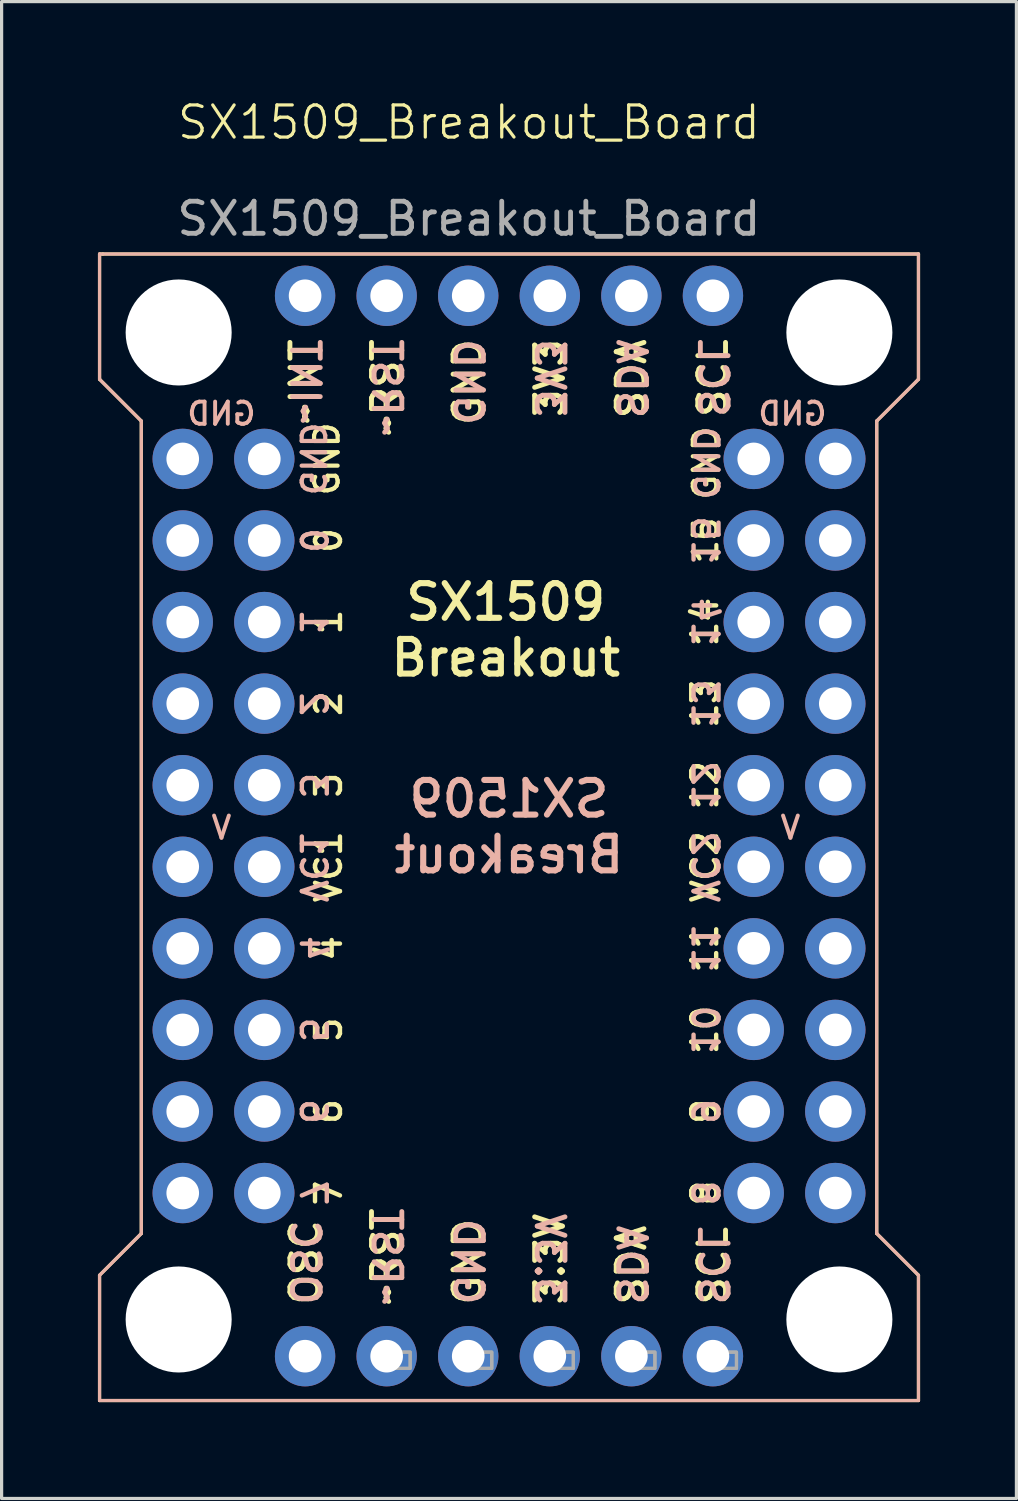
<source format=kicad_pcb>
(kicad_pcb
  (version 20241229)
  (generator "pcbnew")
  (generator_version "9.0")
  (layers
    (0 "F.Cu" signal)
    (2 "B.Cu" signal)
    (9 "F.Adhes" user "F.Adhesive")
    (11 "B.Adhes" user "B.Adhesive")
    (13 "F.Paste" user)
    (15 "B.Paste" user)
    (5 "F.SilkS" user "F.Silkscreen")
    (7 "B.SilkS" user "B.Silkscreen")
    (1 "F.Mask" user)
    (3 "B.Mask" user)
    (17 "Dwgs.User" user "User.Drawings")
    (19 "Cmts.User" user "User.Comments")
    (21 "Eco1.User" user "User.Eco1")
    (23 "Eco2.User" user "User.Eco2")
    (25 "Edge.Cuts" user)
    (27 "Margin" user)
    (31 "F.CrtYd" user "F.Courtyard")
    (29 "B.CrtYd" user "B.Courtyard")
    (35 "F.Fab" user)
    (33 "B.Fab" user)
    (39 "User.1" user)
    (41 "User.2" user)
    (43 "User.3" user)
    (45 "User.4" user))
  (footprint "SX1509_Breakout_Board"
    (layer "F.Cu")
    (at 11.55 1.26)
    (property "Reference" "SX1509_Breakout_Board" (at 0 -0.5 0) (unlocked yes) (layer "F.SilkS") (effects (font (size 1 1) (thickness 0.1))))
    (attr through_hole)
    (fp_line (start -11.5 3.6) (end -11.4 3.6) (stroke (width 0.1) (type default)) (layer "F.SilkS"))
    (fp_line (start -11.5 7.5) (end -11.5 3.6) (stroke (width 0.1) (type default)) (layer "F.SilkS"))
    (fp_line (start -11.5 35.4) (end -10.2 34.1) (stroke (width 0.1) (type default)) (layer "F.SilkS"))
    (fp_line (start -11.5 39.3) (end -11.5 35.4) (stroke (width 0.1) (type default)) (layer "F.SilkS"))
    (fp_line (start -11.4 3.6) (end 14 3.6) (stroke (width 0.1) (type default)) (layer "F.SilkS"))
    (fp_line (start -10.2 8.8) (end -11.5 7.5) (stroke (width 0.1) (type default)) (layer "F.SilkS"))
    (fp_line (start -10.2 34.1) (end -10.2 8.8) (stroke (width 0.1) (type default)) (layer "F.SilkS"))
    (fp_line (start 12.7 8.8) (end 12.7 34.1) (stroke (width 0.1) (type default)) (layer "F.SilkS"))
    (fp_line (start 12.7 34.1) (end 14 35.4) (stroke (width 0.1) (type default)) (layer "F.SilkS"))
    (fp_line (start 14 3.6) (end 14 7.5) (stroke (width 0.1) (type default)) (layer "F.SilkS"))
    (fp_line (start 14 7.5) (end 12.7 8.8) (stroke (width 0.1) (type default)) (layer "F.SilkS"))
    (fp_line (start 14 35.4) (end 14 39.3) (stroke (width 0.1) (type default)) (layer "F.SilkS"))
    (fp_line (start 14 39.3) (end -11.5 39.3) (stroke (width 0.1) (type default)) (layer "F.SilkS"))
    (fp_line (start -11.5 3.6) (end 14 3.6) (stroke (width 0.1) (type default)) (layer "B.SilkS"))
    (fp_line (start -11.5 7.5) (end -11.5 3.6) (stroke (width 0.1) (type default)) (layer "B.SilkS"))
    (fp_line (start -11.5 35.4) (end -10.2 34.1) (stroke (width 0.1) (type default)) (layer "B.SilkS"))
    (fp_line (start -11.5 39.3) (end -11.5 35.4) (stroke (width 0.1) (type default)) (layer "B.SilkS"))
    (fp_line (start -10.2 8.8) (end -11.5 7.5) (stroke (width 0.1) (type default)) (layer "B.SilkS"))
    (fp_line (start -10.2 34.1) (end -10.2 8.8) (stroke (width 0.1) (type default)) (layer "B.SilkS"))
    (fp_line (start 12.7 8.8) (end 12.7 34.1) (stroke (width 0.1) (type default)) (layer "B.SilkS"))
    (fp_line (start 12.7 34.1) (end 14 35.4) (stroke (width 0.1) (type default)) (layer "B.SilkS"))
    (fp_line (start 14 3.6) (end 14 7.5) (stroke (width 0.1) (type default)) (layer "B.SilkS"))
    (fp_line (start 14 7.5) (end 12.7 8.8) (stroke (width 0.1) (type default)) (layer "B.SilkS"))
    (fp_line (start 14 35.4) (end 14 39.3) (stroke (width 0.1) (type default)) (layer "B.SilkS"))
    (fp_line (start 14 39.3) (end -11.5 39.3) (stroke (width 0.1) (type default)) (layer "B.SilkS"))
    (fp_poly (pts (xy -2.335 38.301) (xy -1.827 38.301) (xy -1.827 37.793) (xy -2.335 37.793)) (stroke (width 0.1) (type default)) (fill no) (layer "F.Fab"))
    (fp_poly (pts (xy -2.335 38.301) (xy -1.827 38.301) (xy -1.827 37.793) (xy -2.335 37.793)) (stroke (width 0.1) (type default)) (fill no) (layer "F.Fab"))
    (fp_poly (pts (xy 0.205 38.301) (xy 0.713 38.301) (xy 0.713 37.793) (xy 0.205 37.793)) (stroke (width 0.1) (type default)) (fill no) (layer "F.Fab"))
    (fp_poly (pts (xy 0.205 38.301) (xy 0.713 38.301) (xy 0.713 37.793) (xy 0.205 37.793)) (stroke (width 0.1) (type default)) (fill no) (layer "F.Fab"))
    (fp_poly (pts (xy 2.745 38.301) (xy 3.253 38.301) (xy 3.253 37.793) (xy 2.745 37.793)) (stroke (width 0.1) (type default)) (fill no) (layer "F.Fab"))
    (fp_poly (pts (xy 2.745 38.301) (xy 3.253 38.301) (xy 3.253 37.793) (xy 2.745 37.793)) (stroke (width 0.1) (type default)) (fill no) (layer "F.Fab"))
    (fp_poly (pts (xy 5.285 38.301) (xy 5.793 38.301) (xy 5.793 37.793) (xy 5.285 37.793)) (stroke (width 0.1) (type default)) (fill no) (layer "F.Fab"))
    (fp_poly (pts (xy 5.285 38.301) (xy 5.793 38.301) (xy 5.793 37.793) (xy 5.285 37.793)) (stroke (width 0.1) (type default)) (fill no) (layer "F.Fab"))
    (fp_poly (pts (xy 7.825 38.301) (xy 8.333 38.301) (xy 8.333 37.793) (xy 7.825 37.793)) (stroke (width 0.1) (type default)) (fill no) (layer "F.Fab"))
    (fp_poly (pts (xy 7.825 38.301) (xy 8.333 38.301) (xy 8.333 37.793) (xy 7.825 37.793)) (stroke (width 0.1) (type default)) (fill no) (layer "F.Fab"))
    (fp_text user "~RST" (at -2.56 6.17 90) (unlocked yes) (layer "F.SilkS") (effects (font (size 0.864 0.864) (thickness 0.152)) (justify right)))
    (fp_text user "0" (at -3.912 12.52 90) (unlocked yes) (layer "F.SilkS") (effects (font (size 0.777 0.777) (thickness 0.137)) (justify bottom)))
    (fp_text user "OSC" (at -5.1 36.396 90) (unlocked yes) (layer "F.SilkS") (effects (font (size 0.864 0.864) (thickness 0.152)) (justify left)))
    (fp_text user "14" (at 7.803 15.06 90) (unlocked yes) (layer "F.SilkS") (effects (font (size 0.777 0.777) (thickness 0.137)) (justify bottom)))
    (fp_text user "8" (at 7.803 32.84 90) (unlocked yes) (layer "F.SilkS") (effects (font (size 0.777 0.777) (thickness 0.137)) (justify bottom)))
    (fp_text user "SCL" (at 7.6 6.17 90) (unlocked yes) (layer "F.SilkS") (effects (font (size 0.864 0.864) (thickness 0.152)) (justify right)))
    (fp_text user "7" (at -3.912 32.84 90) (unlocked yes) (layer "F.SilkS") (effects (font (size 0.777 0.777) (thickness 0.137)) (justify bottom)))
    (fp_text user "3" (at -3.912 20.14 90) (unlocked yes) (layer "F.SilkS") (effects (font (size 0.777 0.777) (thickness 0.137)) (justify bottom)))
    (fp_text user "1" (at -3.912 15.06 90) (unlocked yes) (layer "F.SilkS") (effects (font (size 0.777 0.777) (thickness 0.137)) (justify bottom)))
    (fp_text user "2" (at -3.912 17.6 90) (unlocked yes) (layer "F.SilkS") (effects (font (size 0.777 0.777) (thickness 0.137)) (justify bottom)))
    (fp_text user "9" (at 7.803 30.3 90) (unlocked yes) (layer "F.SilkS") (effects (font (size 0.777 0.777) (thickness 0.137)) (justify bottom)))
    (fp_text user "SDA" (at 5.06 36.396 90) (unlocked yes) (layer "F.SilkS") (effects (font (size 0.864 0.864) (thickness 0.152)) (justify left)))
    (fp_text user "6" (at -3.912 30.3 90) (unlocked yes) (layer "F.SilkS") (effects (font (size 0.777 0.777) (thickness 0.137)) (justify bottom)))
    (fp_text user "SX1509\nBreakout" (at 1.149 16.806 0) (unlocked yes) (layer "F.SilkS") (effects (font (size 1.079 1.079) (thickness 0.191)) (justify bottom)))
    (fp_text user "13" (at 7.803 17.6 90) (unlocked yes) (layer "F.SilkS") (effects (font (size 0.777 0.777) (thickness 0.137)) (justify bottom)))
    (fp_text user "3V3" (at 2.52 6.17 90) (unlocked yes) (layer "F.SilkS") (effects (font (size 0.864 0.864) (thickness 0.152)) (justify right)))
    (fp_text user "~INT" (at -5.1 6.17 90) (unlocked yes) (layer "F.SilkS") (effects (font (size 0.864 0.864) (thickness 0.152)) (justify right)))
    (fp_text user "12" (at 7.803 20.14 90) (unlocked yes) (layer "F.SilkS") (effects (font (size 0.777 0.777) (thickness 0.137)) (justify bottom)))
    (fp_text user "15" (at 7.803 12.52 90) (unlocked yes) (layer "F.SilkS") (effects (font (size 0.734 0.734) (thickness 0.13)) (justify bottom)))
    (fp_text user "GND" (at -3.99 9.98 90) (unlocked yes) (layer "F.SilkS") (effects (font (size 0.734 0.734) (thickness 0.13)) (justify bottom)))
    (fp_text user "3.3V" (at 2.52 36.396 90) (unlocked yes) (layer "F.SilkS") (effects (font (size 0.864 0.864) (thickness 0.152)) (justify left)))
    (fp_text user "SDA" (at 5.06 6.17 90) (unlocked yes) (layer "F.SilkS") (effects (font (size 0.864 0.864) (thickness 0.152)) (justify right)))
    (fp_text user "GND" (at -0.02 36.396 90) (unlocked yes) (layer "F.SilkS") (effects (font (size 0.864 0.864) (thickness 0.152)) (justify left)))
    (fp_text user "11" (at 7.803 25.22 90) (unlocked yes) (layer "F.SilkS") (effects (font (size 0.777 0.777) (thickness 0.137)) (justify bottom)))
    (fp_text user "VC2" (at 7.803 22.68 90) (unlocked yes) (layer "F.SilkS") (effects (font (size 0.777 0.777) (thickness 0.137)) (justify bottom)))
    (fp_text user "~RST" (at -2.56 36.396 90) (unlocked yes) (layer "F.SilkS") (effects (font (size 0.864 0.864) (thickness 0.152)) (justify left)))
    (fp_text user "GND" (at -0.02 6.17 90) (unlocked yes) (layer "F.SilkS") (effects (font (size 0.864 0.864) (thickness 0.152)) (justify right)))
    (fp_text user "SCL" (at 7.6 36.396 90) (unlocked yes) (layer "F.SilkS") (effects (font (size 0.864 0.864) (thickness 0.152)) (justify left)))
    (fp_text user "5" (at -3.912 27.76 90) (unlocked yes) (layer "F.SilkS") (effects (font (size 0.777 0.777) (thickness 0.137)) (justify bottom)))
    (fp_text user "4" (at -3.912 25.22 90) (unlocked yes) (layer "F.SilkS") (effects (font (size 0.777 0.777) (thickness 0.137)) (justify bottom)))
    (fp_text user "GND" (at 7.803 10.107 90) (unlocked yes) (layer "F.SilkS") (effects (font (size 0.734 0.734) (thickness 0.13)) (justify bottom)))
    (fp_text user "10" (at 7.803 27.76 90) (unlocked yes) (layer "F.SilkS") (effects (font (size 0.777 0.777) (thickness 0.137)) (justify bottom)))
    (fp_text user "VC1" (at -3.912 22.68 90) (unlocked yes) (layer "F.SilkS") (effects (font (size 0.777 0.777) (thickness 0.137)) (justify bottom)))
    (fp_text user "GND" (at -0.02 6.17 270) (unlocked yes) (layer "B.SilkS") (effects (font (size 0.864 0.864) (thickness 0.152)) (justify right mirror)))
    (fp_text user "8" (at 7.803 32.84 270) (unlocked yes) (layer "B.SilkS") (effects (font (size 0.777 0.777) (thickness 0.137)) (justify top mirror)))
    (fp_text user "15" (at 7.803 12.52 270) (unlocked yes) (layer "B.SilkS") (effects (font (size 0.777 0.777) (thickness 0.137)) (justify top mirror)))
    (fp_text user "OSC" (at -5.1 36.396 270) (unlocked yes) (layer "B.SilkS") (effects (font (size 0.864 0.864) (thickness 0.152)) (justify left mirror)))
    (fp_text user "3V3" (at 2.52 6.17 270) (unlocked yes) (layer "B.SilkS") (effects (font (size 0.864 0.864) (thickness 0.152)) (justify right mirror)))
    (fp_text user "10" (at 7.803 27.76 270) (unlocked yes) (layer "B.SilkS") (effects (font (size 0.777 0.777) (thickness 0.137)) (justify top mirror)))
    (fp_text user "SDA" (at 5.06 36.396 270) (unlocked yes) (layer "B.SilkS") (effects (font (size 0.864 0.864) (thickness 0.152)) (justify left mirror)))
    (fp_text user "GND" (at -0.02 36.396 270) (unlocked yes) (layer "B.SilkS") (effects (font (size 0.864 0.864) (thickness 0.152)) (justify left mirror)))
    (fp_text user "3.3V" (at 2.52 36.396 270) (unlocked yes) (layer "B.SilkS") (effects (font (size 0.864 0.864) (thickness 0.152)) (justify left mirror)))
    (fp_text user "0" (at -5.303 12.52 270) (unlocked yes) (layer "B.SilkS") (effects (font (size 0.777 0.777) (thickness 0.137)) (justify bottom mirror)))
    (fp_text user "7" (at -5.303 32.84 270) (unlocked yes) (layer "B.SilkS") (effects (font (size 0.777 0.777) (thickness 0.137)) (justify bottom mirror)))
    (fp_text user "GND" (at -7.704 8.977 0) (unlocked yes) (layer "B.SilkS") (effects (font (size 0.691 0.691) (thickness 0.122)) (justify bottom mirror)))
    (fp_text user "V" (at 10.013 21.867 0) (unlocked yes) (layer "B.SilkS") (effects (font (size 0.691 0.691) (thickness 0.122)) (justify bottom mirror)))
    (fp_text user "3" (at -5.303 20.14 270) (unlocked yes) (layer "B.SilkS") (effects (font (size 0.777 0.777) (thickness 0.137)) (justify bottom mirror)))
    (fp_text user "5" (at -5.303 27.76 270) (unlocked yes) (layer "B.SilkS") (effects (font (size 0.777 0.777) (thickness 0.137)) (justify bottom mirror)))
    (fp_text user "GND" (at -5.303 9.98 270) (unlocked yes) (layer "B.SilkS") (effects (font (size 0.734 0.734) (thickness 0.13)) (justify bottom mirror)))
    (fp_text user "GND" (at 7.803 10.107 270) (unlocked yes) (layer "B.SilkS") (effects (font (size 0.734 0.734) (thickness 0.13)) (justify top mirror)))
    (fp_text user "9" (at 7.803 30.3 270) (unlocked yes) (layer "B.SilkS") (effects (font (size 0.777 0.777) (thickness 0.137)) (justify top mirror)))
    (fp_text user "VC1" (at -5.303 22.68 270) (unlocked yes) (layer "B.SilkS") (effects (font (size 0.777 0.777) (thickness 0.137)) (justify bottom mirror)))
    (fp_text user "SCL" (at 7.6 6.17 270) (unlocked yes) (layer "B.SilkS") (effects (font (size 0.864 0.864) (thickness 0.152)) (justify right mirror)))
    (fp_text user "~INT" (at -5.1 6.17 270) (unlocked yes) (layer "B.SilkS") (effects (font (size 0.864 0.864) (thickness 0.152)) (justify right mirror)))
    (fp_text user "12" (at 7.803 20.14 270) (unlocked yes) (layer "B.SilkS") (effects (font (size 0.777 0.777) (thickness 0.137)) (justify top mirror)))
    (fp_text user "V" (at -7.704 21.867 0) (unlocked yes) (layer "B.SilkS") (effects (font (size 0.691 0.691) (thickness 0.122)) (justify bottom mirror)))
    (fp_text user "SX1509\nBreakout" (at 1.25 22.934 0) (unlocked yes) (layer "B.SilkS") (effects (font (size 1.079 1.079) (thickness 0.191)) (justify bottom mirror)))
    (fp_text user "6" (at -5.303 30.3 270) (unlocked yes) (layer "B.SilkS") (effects (font (size 0.777 0.777) (thickness 0.137)) (justify bottom mirror)))
    (fp_text user "1" (at -5.303 15.06 270) (unlocked yes) (layer "B.SilkS") (effects (font (size 0.777 0.777) (thickness 0.137)) (justify bottom mirror)))
    (fp_text user "4" (at -5.303 25.22 270) (unlocked yes) (layer "B.SilkS") (effects (font (size 0.777 0.777) (thickness 0.137)) (justify bottom mirror)))
    (fp_text user "~RST" (at -2.56 6.17 270) (unlocked yes) (layer "B.SilkS") (effects (font (size 0.864 0.864) (thickness 0.152)) (justify right mirror)))
    (fp_text user "GND" (at 10.076 8.977 0) (unlocked yes) (layer "B.SilkS") (effects (font (size 0.691 0.691) (thickness 0.122)) (justify bottom mirror)))
    (fp_text user "13" (at 7.803 17.6 270) (unlocked yes) (layer "B.SilkS") (effects (font (size 0.777 0.777) (thickness 0.137)) (justify top mirror)))
    (fp_text user "2" (at -5.303 17.6 270) (unlocked yes) (layer "B.SilkS") (effects (font (size 0.777 0.777) (thickness 0.137)) (justify bottom mirror)))
    (fp_text user "11" (at 7.803 25.22 270) (unlocked yes) (layer "B.SilkS") (effects (font (size 0.777 0.777) (thickness 0.137)) (justify top mirror)))
    (fp_text user "14" (at 7.803 15.06 270) (unlocked yes) (layer "B.SilkS") (effects (font (size 0.777 0.777) (thickness 0.137)) (justify top mirror)))
    (fp_text user "SCL" (at 7.6 36.396 270) (unlocked yes) (layer "B.SilkS") (effects (font (size 0.864 0.864) (thickness 0.152)) (justify left mirror)))
    (fp_text user "SDA" (at 5.06 6.17 270) (unlocked yes) (layer "B.SilkS") (effects (font (size 0.864 0.864) (thickness 0.152)) (justify right mirror)))
    (fp_text user "~RST" (at -2.56 36.396 270) (unlocked yes) (layer "B.SilkS") (effects (font (size 0.864 0.864) (thickness 0.152)) (justify left mirror)))
    (fp_text user "VC2" (at 7.803 22.68 270) (unlocked yes) (layer "B.SilkS") (effects (font (size 0.777 0.777) (thickness 0.137)) (justify top mirror)))
    (fp_text user "${REFERENCE}" (at 0 2.5 0) (unlocked yes) (layer "F.Fab") (effects (font (size 1 1) (thickness 0.15))))
    (pad "" np_thru_hole circle (at -9.037 6.043) (size 3.302 3.302) (drill 3.302) (layers "*.Cu" "*.Mask"))
    (pad "" np_thru_hole circle (at -9.037 36.777) (size 3.302 3.302) (drill 3.302) (layers "*.Cu" "*.Mask"))
    (pad "" np_thru_hole circle (at 11.537 6.043) (size 3.302 3.302) (drill 3.302) (layers "*.Cu" "*.Mask"))
    (pad "" np_thru_hole circle (at 11.537 36.777) (size 3.302 3.302) (drill 3.302) (layers "*.Cu" "*.Mask"))
    (pad "1" thru_hole circle (at -5.1 4.9 90) (size 1.88 1.88) (drill 1.016) (layers "*.Cu" "*.Mask"))
    (pad "2" thru_hole circle (at -2.56 4.9 90) (size 1.88 1.88) (drill 1.016) (layers "*.Cu" "*.Mask"))
    (pad "3" thru_hole circle (at -0.02 4.9 90) (size 1.88 1.88) (drill 1.016) (layers "*.Cu" "*.Mask"))
    (pad "4" thru_hole circle (at 2.52 4.9 90) (size 1.88 1.88) (drill 1.016) (layers "*.Cu" "*.Mask"))
    (pad "5" thru_hole circle (at 5.06 4.9 90) (size 1.88 1.88) (drill 1.016) (layers "*.Cu" "*.Mask"))
    (pad "6" thru_hole circle (at 7.6 4.9 90) (size 1.88 1.88) (drill 1.016) (layers "*.Cu" "*.Mask"))
    (pad "7" thru_hole circle (at -5.1 37.92 90) (size 1.88 1.88) (drill 1.016) (layers "*.Cu" "*.Mask"))
    (pad "8" thru_hole circle (at -2.56 37.92 90) (size 1.88 1.88) (drill 1.016) (layers "*.Cu" "*.Mask"))
    (pad "9" thru_hole circle (at -0.02 37.92 90) (size 1.88 1.88) (drill 1.016) (layers "*.Cu" "*.Mask"))
    (pad "10" thru_hole circle (at 2.52 37.92 90) (size 1.88 1.88) (drill 1.016) (layers "*.Cu" "*.Mask"))
    (pad "11" thru_hole circle (at 5.06 37.92 90) (size 1.88 1.88) (drill 1.016) (layers "*.Cu" "*.Mask"))
    (pad "12" thru_hole circle (at 7.6 37.92 90) (size 1.88 1.88) (drill 1.016) (layers "*.Cu" "*.Mask"))
    (pad "13" thru_hole circle (at -6.37 9.98 270) (size 1.88 1.88) (drill 1.016) (layers "*.Cu" "*.Mask"))
    (pad "14" thru_hole circle (at -6.37 12.52 270) (size 1.88 1.88) (drill 1.016) (layers "*.Cu" "*.Mask"))
    (pad "15" thru_hole circle (at -6.37 15.06 270) (size 1.88 1.88) (drill 1.016) (layers "*.Cu" "*.Mask"))
    (pad "16" thru_hole circle (at -6.37 17.6 270) (size 1.88 1.88) (drill 1.016) (layers "*.Cu" "*.Mask"))
    (pad "17" thru_hole circle (at -6.37 20.14 270) (size 1.88 1.88) (drill 1.016) (layers "*.Cu" "*.Mask"))
    (pad "18" thru_hole circle (at -6.37 22.68 270) (size 1.88 1.88) (drill 1.016) (layers "*.Cu" "*.Mask"))
    (pad "19" thru_hole circle (at -6.37 25.22 270) (size 1.88 1.88) (drill 1.016) (layers "*.Cu" "*.Mask"))
    (pad "20" thru_hole circle (at -6.37 27.76 270) (size 1.88 1.88) (drill 1.016) (layers "*.Cu" "*.Mask"))
    (pad "21" thru_hole circle (at -6.37 30.3 270) (size 1.88 1.88) (drill 1.016) (layers "*.Cu" "*.Mask"))
    (pad "22" thru_hole circle (at -6.37 32.84 270) (size 1.88 1.88) (drill 1.016) (layers "*.Cu" "*.Mask"))
    (pad "23" thru_hole circle (at 8.87 32.84 90) (size 1.88 1.88) (drill 1.016) (layers "*.Cu" "*.Mask"))
    (pad "24" thru_hole circle (at 8.87 30.3 90) (size 1.88 1.88) (drill 1.016) (layers "*.Cu" "*.Mask"))
    (pad "25" thru_hole circle (at 8.87 27.76 90) (size 1.88 1.88) (drill 1.016) (layers "*.Cu" "*.Mask"))
    (pad "26" thru_hole circle (at 8.87 25.22 90) (size 1.88 1.88) (drill 1.016) (layers "*.Cu" "*.Mask"))
    (pad "27" thru_hole circle (at 8.87 22.68 90) (size 1.88 1.88) (drill 1.016) (layers "*.Cu" "*.Mask"))
    (pad "28" thru_hole circle (at 8.87 20.14 90) (size 1.88 1.88) (drill 1.016) (layers "*.Cu" "*.Mask"))
    (pad "29" thru_hole circle (at 8.87 17.6 90) (size 1.88 1.88) (drill 1.016) (layers "*.Cu" "*.Mask"))
    (pad "30" thru_hole circle (at 8.87 15.06 90) (size 1.88 1.88) (drill 1.016) (layers "*.Cu" "*.Mask"))
    (pad "31" thru_hole circle (at 8.87 12.52 90) (size 1.88 1.88) (drill 1.016) (layers "*.Cu" "*.Mask"))
    (pad "32" thru_hole circle (at 8.87 9.98 90) (size 1.88 1.88) (drill 1.016) (layers "*.Cu" "*.Mask"))
    (pad "33" thru_hole circle (at 11.41 9.98 90) (size 1.88 1.88) (drill 1.016) (layers "*.Cu" "*.Mask"))
    (pad "34" thru_hole circle (at 11.41 12.52 90) (size 1.88 1.88) (drill 1.016) (layers "*.Cu" "*.Mask"))
    (pad "35" thru_hole circle (at 11.41 15.06 90) (size 1.88 1.88) (drill 1.016) (layers "*.Cu" "*.Mask"))
    (pad "36" thru_hole circle (at 11.41 17.6 90) (size 1.88 1.88) (drill 1.016) (layers "*.Cu" "*.Mask"))
    (pad "37" thru_hole circle (at 11.41 20.14 90) (size 1.88 1.88) (drill 1.016) (layers "*.Cu" "*.Mask"))
    (pad "38" thru_hole circle (at 11.41 22.68 90) (size 1.88 1.88) (drill 1.016) (layers "*.Cu" "*.Mask"))
    (pad "39" thru_hole circle (at 11.41 25.22 90) (size 1.88 1.88) (drill 1.016) (layers "*.Cu" "*.Mask"))
    (pad "40" thru_hole circle (at 11.41 27.76 90) (size 1.88 1.88) (drill 1.016) (layers "*.Cu" "*.Mask"))
    (pad "41" thru_hole circle (at 11.41 30.3 90) (size 1.88 1.88) (drill 1.016) (layers "*.Cu" "*.Mask"))
    (pad "42" thru_hole circle (at 11.41 32.84 90) (size 1.88 1.88) (drill 1.016) (layers "*.Cu" "*.Mask"))
    (pad "43" thru_hole circle (at -8.91 32.84 270) (size 1.88 1.88) (drill 1.016) (layers "*.Cu" "*.Mask"))
    (pad "44" thru_hole circle (at -8.91 30.3 270) (size 1.88 1.88) (drill 1.016) (layers "*.Cu" "*.Mask"))
    (pad "45" thru_hole circle (at -8.91 27.76 270) (size 1.88 1.88) (drill 1.016) (layers "*.Cu" "*.Mask"))
    (pad "46" thru_hole circle (at -8.91 25.22 270) (size 1.88 1.88) (drill 1.016) (layers "*.Cu" "*.Mask"))
    (pad "47" thru_hole circle (at -8.91 22.68 270) (size 1.88 1.88) (drill 1.016) (layers "*.Cu" "*.Mask"))
    (pad "48" thru_hole circle (at -8.91 20.14 270) (size 1.88 1.88) (drill 1.016) (layers "*.Cu" "*.Mask"))
    (pad "49" thru_hole circle (at -8.91 17.6 270) (size 1.88 1.88) (drill 1.016) (layers "*.Cu" "*.Mask"))
    (pad "50" thru_hole circle (at -8.91 15.06 270) (size 1.88 1.88) (drill 1.016) (layers "*.Cu" "*.Mask"))
    (pad "51" thru_hole circle (at -8.91 12.52 270) (size 1.88 1.88) (drill 1.016) (layers "*.Cu" "*.Mask"))
    (pad "52" thru_hole circle (at -8.91 9.98 270) (size 1.88 1.88) (drill 1.016) (layers "*.Cu" "*.Mask")))
  (gr_rect
    (start -3 -3)
    (end 28.6 43.611)
    (stroke (width 0.1) (type default))
    (fill no)
    (layer "Edge.Cuts")))
</source>
